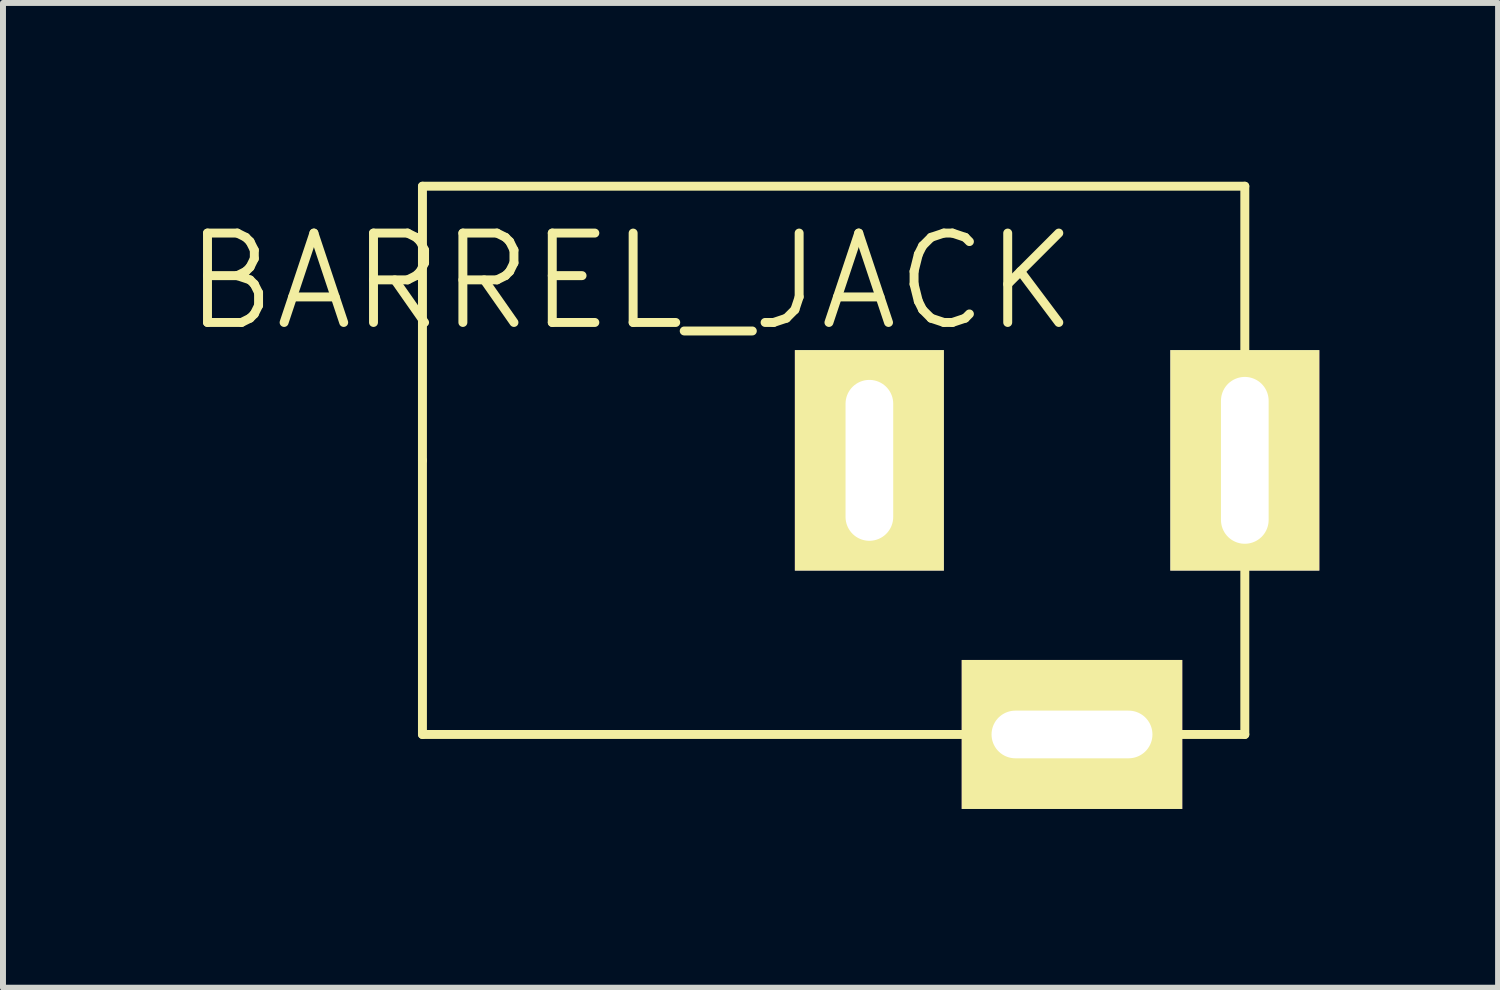
<source format=kicad_pcb>
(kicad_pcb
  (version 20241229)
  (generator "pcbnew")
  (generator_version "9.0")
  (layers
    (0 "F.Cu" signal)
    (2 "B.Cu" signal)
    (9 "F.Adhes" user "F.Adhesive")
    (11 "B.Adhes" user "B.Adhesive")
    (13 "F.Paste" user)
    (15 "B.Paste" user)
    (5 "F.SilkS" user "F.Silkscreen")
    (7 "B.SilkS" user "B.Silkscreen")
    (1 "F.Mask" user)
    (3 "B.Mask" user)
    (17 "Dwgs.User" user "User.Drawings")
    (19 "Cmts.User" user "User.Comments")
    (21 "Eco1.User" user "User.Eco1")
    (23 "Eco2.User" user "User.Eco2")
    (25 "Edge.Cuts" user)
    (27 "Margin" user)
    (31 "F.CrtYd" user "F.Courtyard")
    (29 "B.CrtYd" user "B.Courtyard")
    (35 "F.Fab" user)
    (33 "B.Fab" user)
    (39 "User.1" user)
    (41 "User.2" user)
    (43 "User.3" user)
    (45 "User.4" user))
  (footprint "BARREL_JACK"
    (layer "F.Cu")
    (at 4.039 4.675)
    (property "Reference" "BARREL_JACK" (at 3.5 -3 0) (layer "F.SilkS") (effects (font (size 1.5 1.5) (thickness 0.15))))
    (attr through_hole)
    (fp_line (start 0 -4.6) (end 0 0) (stroke (width 0.15) (type solid)) (layer "F.SilkS"))
    (fp_line (start 0 0) (end 0 4.6) (stroke (width 0.15) (type solid)) (layer "F.SilkS"))
    (fp_line (start 0 4.6) (end 13.8 4.6) (stroke (width 0.15) (type solid)) (layer "F.SilkS"))
    (fp_line (start 13.8 -4.6) (end 0 -4.6) (stroke (width 0.15) (type solid)) (layer "F.SilkS"))
    (fp_line (start 13.8 0) (end 13.8 -4.6) (stroke (width 0.15) (type solid)) (layer "F.SilkS"))
    (fp_line (start 13.8 4.6) (end 13.8 0) (stroke (width 0.15) (type solid)) (layer "F.SilkS"))
    (pad "1" thru_hole rect (at 13.8 0) (size 2.5 3.7) (drill oval 0.8 2.8) (layers "*.Cu" "*.Mask" "F.SilkS"))
    (pad "2" thru_hole rect (at 7.5 0) (size 2.5 3.7) (drill oval 0.8 2.7) (layers "*.Cu" "*.Mask" "F.SilkS"))
    (pad "3" thru_hole rect (at 10.9 4.6) (size 3.7 2.5) (drill oval 2.7 0.8) (layers "*.Cu" "*.Mask" "F.SilkS")))
  (gr_rect
    (start -3 -3)
    (end 22.089 13.525)
    (stroke (width 0.1) (type default))
    (fill no)
    (layer "Edge.Cuts")))
</source>
